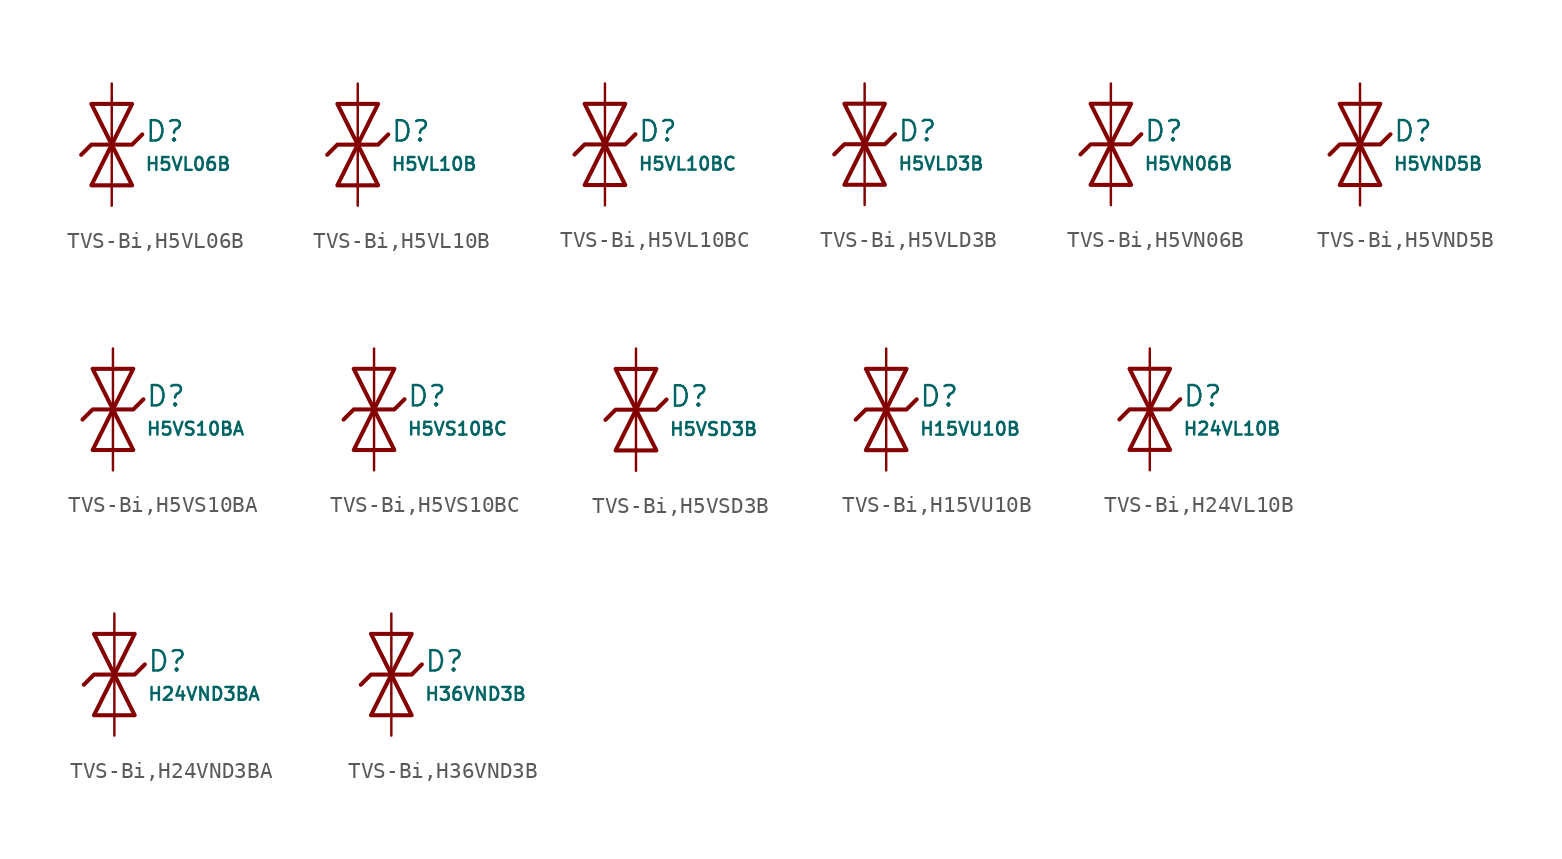
<source format=kicad_sym>
(kicad_symbol_lib
  (version 20231120)
  (generator "CDFER")
  (generator_version "8.0")
  (symbol "TVS-Bi,H5VL06B"
    (pin_numbers hide)
    (pin_names
      (offset 0))
    (property "Reference" "D"
      (at 2.032 0.834 0)
      (effects (font (size 1.27 1.27)) (justify left)))
    (property "Value" "H5VL06B"
      (at 2.032 -1.212 0)
      (effects (font (size 0.8 0.8)) (justify left)))
    (symbol "TVS-Bi,H5VL06B_0_1"
      (polyline (pts (xy -1.27 2.54) (xy 0 0) (xy 1.27 2.54) (xy -1.27 2.54)) (stroke (width 0.254) (type default)) (fill (type none))))
    (symbol "TVS-Bi,H5VL06B_0_1"
      (polyline (pts (xy 1.27 -2.54) (xy 0 0) (xy -1.27 -2.54) (xy 1.27 -2.54)) (stroke (width 0.254) (type default)) (fill (type none))))
    (symbol "TVS-Bi,H5VL06B_0_1"
      (polyline (pts (xy -1.905 -0.635) (xy -1.27 0) (xy 1.27 0) (xy 1.905 0.635)) (stroke (width 0.254) (type default)) (fill (type none))))
    (symbol "TVS-Bi,H5VL06B_1_1"
      (pin passive line (at 0 3.81 270) (length 3.81) (name "~" (effects (font (size 1.27 1.27)))) (number "2" (effects (font (size 1.27 1.27)))))
      (pin passive line (at 0 -3.81 90) (length 3.81) (name "~" (effects (font (size 1.27 1.27)))) (number "1" (effects (font (size 1.27 1.27)))))))
  (symbol "TVS-Bi,H5VL10B"
    (pin_numbers hide)
    (pin_names
      (offset 0))
    (property "Reference" "D"
      (at 2.032 0.834 0)
      (effects (font (size 1.27 1.27)) (justify left)))
    (property "Value" "H5VL10B"
      (at 2.032 -1.212 0)
      (effects (font (size 0.8 0.8)) (justify left)))
    (symbol "TVS-Bi,H5VL10B_0_1"
      (polyline (pts (xy -1.27 2.54) (xy 0 0) (xy 1.27 2.54) (xy -1.27 2.54)) (stroke (width 0.254) (type default)) (fill (type none))))
    (symbol "TVS-Bi,H5VL10B_0_1"
      (polyline (pts (xy 1.27 -2.54) (xy 0 0) (xy -1.27 -2.54) (xy 1.27 -2.54)) (stroke (width 0.254) (type default)) (fill (type none))))
    (symbol "TVS-Bi,H5VL10B_0_1"
      (polyline (pts (xy -1.905 -0.635) (xy -1.27 0) (xy 1.27 0) (xy 1.905 0.635)) (stroke (width 0.254) (type default)) (fill (type none))))
    (symbol "TVS-Bi,H5VL10B_1_1"
      (pin passive line (at 0 3.81 270) (length 3.81) (name "~" (effects (font (size 1.27 1.27)))) (number "2" (effects (font (size 1.27 1.27)))))
      (pin passive line (at 0 -3.81 90) (length 3.81) (name "~" (effects (font (size 1.27 1.27)))) (number "1" (effects (font (size 1.27 1.27)))))))
  (symbol "TVS-Bi,H5VL10BC"
    (pin_numbers hide)
    (pin_names
      (offset 0))
    (property "Reference" "D"
      (at 2.032 0.834 0)
      (effects (font (size 1.27 1.27)) (justify left)))
    (property "Value" "H5VL10BC"
      (at 2.032 -1.212 0)
      (effects (font (size 0.8 0.8)) (justify left)))
    (symbol "TVS-Bi,H5VL10BC_0_1"
      (polyline (pts (xy -1.27 2.54) (xy 0 0) (xy 1.27 2.54) (xy -1.27 2.54)) (stroke (width 0.254) (type default)) (fill (type none))))
    (symbol "TVS-Bi,H5VL10BC_0_1"
      (polyline (pts (xy 1.27 -2.54) (xy 0 0) (xy -1.27 -2.54) (xy 1.27 -2.54)) (stroke (width 0.254) (type default)) (fill (type none))))
    (symbol "TVS-Bi,H5VL10BC_0_1"
      (polyline (pts (xy -1.905 -0.635) (xy -1.27 0) (xy 1.27 0) (xy 1.905 0.635)) (stroke (width 0.254) (type default)) (fill (type none))))
    (symbol "TVS-Bi,H5VL10BC_1_1"
      (pin passive line (at 0 3.81 270) (length 3.81) (name "~" (effects (font (size 1.27 1.27)))) (number "2" (effects (font (size 1.27 1.27)))))
      (pin passive line (at 0 -3.81 90) (length 3.81) (name "~" (effects (font (size 1.27 1.27)))) (number "1" (effects (font (size 1.27 1.27)))))))
  (symbol "TVS-Bi,H5VLD3B"
    (pin_numbers hide)
    (pin_names
      (offset 0))
    (property "Reference" "D"
      (at 2.032 0.834 0)
      (effects (font (size 1.27 1.27)) (justify left)))
    (property "Value" "H5VLD3B"
      (at 2.032 -1.212 0)
      (effects (font (size 0.8 0.8)) (justify left)))
    (symbol "TVS-Bi,H5VLD3B_0_1"
      (polyline (pts (xy -1.27 2.54) (xy 0 0) (xy 1.27 2.54) (xy -1.27 2.54)) (stroke (width 0.254) (type default)) (fill (type none))))
    (symbol "TVS-Bi,H5VLD3B_0_1"
      (polyline (pts (xy 1.27 -2.54) (xy 0 0) (xy -1.27 -2.54) (xy 1.27 -2.54)) (stroke (width 0.254) (type default)) (fill (type none))))
    (symbol "TVS-Bi,H5VLD3B_0_1"
      (polyline (pts (xy -1.905 -0.635) (xy -1.27 0) (xy 1.27 0) (xy 1.905 0.635)) (stroke (width 0.254) (type default)) (fill (type none))))
    (symbol "TVS-Bi,H5VLD3B_1_1"
      (pin passive line (at 0 3.81 270) (length 3.81) (name "~" (effects (font (size 1.27 1.27)))) (number "2" (effects (font (size 1.27 1.27)))))
      (pin passive line (at 0 -3.81 90) (length 3.81) (name "~" (effects (font (size 1.27 1.27)))) (number "1" (effects (font (size 1.27 1.27)))))))
  (symbol "TVS-Bi,H5VN06B"
    (pin_numbers hide)
    (pin_names
      (offset 0))
    (property "Reference" "D"
      (at 2.032 0.834 0)
      (effects (font (size 1.27 1.27)) (justify left)))
    (property "Value" "H5VN06B"
      (at 2.032 -1.212 0)
      (effects (font (size 0.8 0.8)) (justify left)))
    (symbol "TVS-Bi,H5VN06B_0_1"
      (polyline (pts (xy -1.27 2.54) (xy 0 0) (xy 1.27 2.54) (xy -1.27 2.54)) (stroke (width 0.254) (type default)) (fill (type none))))
    (symbol "TVS-Bi,H5VN06B_0_1"
      (polyline (pts (xy 1.27 -2.54) (xy 0 0) (xy -1.27 -2.54) (xy 1.27 -2.54)) (stroke (width 0.254) (type default)) (fill (type none))))
    (symbol "TVS-Bi,H5VN06B_0_1"
      (polyline (pts (xy -1.905 -0.635) (xy -1.27 0) (xy 1.27 0) (xy 1.905 0.635)) (stroke (width 0.254) (type default)) (fill (type none))))
    (symbol "TVS-Bi,H5VN06B_1_1"
      (pin passive line (at 0 3.81 270) (length 3.81) (name "~" (effects (font (size 1.27 1.27)))) (number "2" (effects (font (size 1.27 1.27)))))
      (pin passive line (at 0 -3.81 90) (length 3.81) (name "~" (effects (font (size 1.27 1.27)))) (number "1" (effects (font (size 1.27 1.27)))))))
  (symbol "TVS-Bi,H5VND5B"
    (pin_numbers hide)
    (pin_names
      (offset 0))
    (property "Reference" "D"
      (at 2.032 0.834 0)
      (effects (font (size 1.27 1.27)) (justify left)))
    (property "Value" "H5VND5B"
      (at 2.032 -1.212 0)
      (effects (font (size 0.8 0.8)) (justify left)))
    (symbol "TVS-Bi,H5VND5B_0_1"
      (polyline (pts (xy -1.27 2.54) (xy 0 0) (xy 1.27 2.54) (xy -1.27 2.54)) (stroke (width 0.254) (type default)) (fill (type none))))
    (symbol "TVS-Bi,H5VND5B_0_1"
      (polyline (pts (xy 1.27 -2.54) (xy 0 0) (xy -1.27 -2.54) (xy 1.27 -2.54)) (stroke (width 0.254) (type default)) (fill (type none))))
    (symbol "TVS-Bi,H5VND5B_0_1"
      (polyline (pts (xy -1.905 -0.635) (xy -1.27 0) (xy 1.27 0) (xy 1.905 0.635)) (stroke (width 0.254) (type default)) (fill (type none))))
    (symbol "TVS-Bi,H5VND5B_1_1"
      (pin passive line (at 0 3.81 270) (length 3.81) (name "~" (effects (font (size 1.27 1.27)))) (number "2" (effects (font (size 1.27 1.27)))))
      (pin passive line (at 0 -3.81 90) (length 3.81) (name "~" (effects (font (size 1.27 1.27)))) (number "1" (effects (font (size 1.27 1.27)))))))
  (symbol "TVS-Bi,H5VS10BA"
    (pin_numbers hide)
    (pin_names
      (offset 0))
    (property "Reference" "D"
      (at 2.032 0.834 0)
      (effects (font (size 1.27 1.27)) (justify left)))
    (property "Value" "H5VS10BA"
      (at 2.032 -1.212 0)
      (effects (font (size 0.8 0.8)) (justify left)))
    (symbol "TVS-Bi,H5VS10BA_0_1"
      (polyline (pts (xy -1.27 2.54) (xy 0 0) (xy 1.27 2.54) (xy -1.27 2.54)) (stroke (width 0.254) (type default)) (fill (type none))))
    (symbol "TVS-Bi,H5VS10BA_0_1"
      (polyline (pts (xy 1.27 -2.54) (xy 0 0) (xy -1.27 -2.54) (xy 1.27 -2.54)) (stroke (width 0.254) (type default)) (fill (type none))))
    (symbol "TVS-Bi,H5VS10BA_0_1"
      (polyline (pts (xy -1.905 -0.635) (xy -1.27 0) (xy 1.27 0) (xy 1.905 0.635)) (stroke (width 0.254) (type default)) (fill (type none))))
    (symbol "TVS-Bi,H5VS10BA_1_1"
      (pin passive line (at 0 3.81 270) (length 3.81) (name "~" (effects (font (size 1.27 1.27)))) (number "2" (effects (font (size 1.27 1.27)))))
      (pin passive line (at 0 -3.81 90) (length 3.81) (name "~" (effects (font (size 1.27 1.27)))) (number "1" (effects (font (size 1.27 1.27)))))))
  (symbol "TVS-Bi,H5VS10BC"
    (pin_numbers hide)
    (pin_names
      (offset 0))
    (property "Reference" "D"
      (at 2.032 0.834 0)
      (effects (font (size 1.27 1.27)) (justify left)))
    (property "Value" "H5VS10BC"
      (at 2.032 -1.212 0)
      (effects (font (size 0.8 0.8)) (justify left)))
    (symbol "TVS-Bi,H5VS10BC_0_1"
      (polyline (pts (xy -1.27 2.54) (xy 0 0) (xy 1.27 2.54) (xy -1.27 2.54)) (stroke (width 0.254) (type default)) (fill (type none))))
    (symbol "TVS-Bi,H5VS10BC_0_1"
      (polyline (pts (xy 1.27 -2.54) (xy 0 0) (xy -1.27 -2.54) (xy 1.27 -2.54)) (stroke (width 0.254) (type default)) (fill (type none))))
    (symbol "TVS-Bi,H5VS10BC_0_1"
      (polyline (pts (xy -1.905 -0.635) (xy -1.27 0) (xy 1.27 0) (xy 1.905 0.635)) (stroke (width 0.254) (type default)) (fill (type none))))
    (symbol "TVS-Bi,H5VS10BC_1_1"
      (pin passive line (at 0 3.81 270) (length 3.81) (name "~" (effects (font (size 1.27 1.27)))) (number "2" (effects (font (size 1.27 1.27)))))
      (pin passive line (at 0 -3.81 90) (length 3.81) (name "~" (effects (font (size 1.27 1.27)))) (number "1" (effects (font (size 1.27 1.27)))))))
  (symbol "TVS-Bi,H5VSD3B"
    (pin_numbers hide)
    (pin_names
      (offset 0))
    (property "Reference" "D"
      (at 2.032 0.834 0)
      (effects (font (size 1.27 1.27)) (justify left)))
    (property "Value" "H5VSD3B"
      (at 2.032 -1.212 0)
      (effects (font (size 0.8 0.8)) (justify left)))
    (symbol "TVS-Bi,H5VSD3B_0_1"
      (polyline (pts (xy -1.27 2.54) (xy 0 0) (xy 1.27 2.54) (xy -1.27 2.54)) (stroke (width 0.254) (type default)) (fill (type none))))
    (symbol "TVS-Bi,H5VSD3B_0_1"
      (polyline (pts (xy 1.27 -2.54) (xy 0 0) (xy -1.27 -2.54) (xy 1.27 -2.54)) (stroke (width 0.254) (type default)) (fill (type none))))
    (symbol "TVS-Bi,H5VSD3B_0_1"
      (polyline (pts (xy -1.905 -0.635) (xy -1.27 0) (xy 1.27 0) (xy 1.905 0.635)) (stroke (width 0.254) (type default)) (fill (type none))))
    (symbol "TVS-Bi,H5VSD3B_1_1"
      (pin passive line (at 0 3.81 270) (length 3.81) (name "~" (effects (font (size 1.27 1.27)))) (number "2" (effects (font (size 1.27 1.27)))))
      (pin passive line (at 0 -3.81 90) (length 3.81) (name "~" (effects (font (size 1.27 1.27)))) (number "1" (effects (font (size 1.27 1.27)))))))
  (symbol "TVS-Bi,H15VU10B"
    (pin_numbers hide)
    (pin_names
      (offset 0))
    (property "Reference" "D"
      (at 2.032 0.834 0)
      (effects (font (size 1.27 1.27)) (justify left)))
    (property "Value" "H15VU10B"
      (at 2.032 -1.212 0)
      (effects (font (size 0.8 0.8)) (justify left)))
    (symbol "TVS-Bi,H15VU10B_0_1"
      (polyline (pts (xy -1.27 2.54) (xy 0 0) (xy 1.27 2.54) (xy -1.27 2.54)) (stroke (width 0.254) (type default)) (fill (type none))))
    (symbol "TVS-Bi,H15VU10B_0_1"
      (polyline (pts (xy 1.27 -2.54) (xy 0 0) (xy -1.27 -2.54) (xy 1.27 -2.54)) (stroke (width 0.254) (type default)) (fill (type none))))
    (symbol "TVS-Bi,H15VU10B_0_1"
      (polyline (pts (xy -1.905 -0.635) (xy -1.27 0) (xy 1.27 0) (xy 1.905 0.635)) (stroke (width 0.254) (type default)) (fill (type none))))
    (symbol "TVS-Bi,H15VU10B_1_1"
      (pin passive line (at 0 3.81 270) (length 3.81) (name "~" (effects (font (size 1.27 1.27)))) (number "2" (effects (font (size 1.27 1.27)))))
      (pin passive line (at 0 -3.81 90) (length 3.81) (name "~" (effects (font (size 1.27 1.27)))) (number "1" (effects (font (size 1.27 1.27)))))))
  (symbol "TVS-Bi,H24VL10B"
    (pin_numbers hide)
    (pin_names
      (offset 0))
    (property "Reference" "D"
      (at 2.032 0.834 0)
      (effects (font (size 1.27 1.27)) (justify left)))
    (property "Value" "H24VL10B"
      (at 2.032 -1.212 0)
      (effects (font (size 0.8 0.8)) (justify left)))
    (symbol "TVS-Bi,H24VL10B_0_1"
      (polyline (pts (xy -1.27 2.54) (xy 0 0) (xy 1.27 2.54) (xy -1.27 2.54)) (stroke (width 0.254) (type default)) (fill (type none))))
    (symbol "TVS-Bi,H24VL10B_0_1"
      (polyline (pts (xy 1.27 -2.54) (xy 0 0) (xy -1.27 -2.54) (xy 1.27 -2.54)) (stroke (width 0.254) (type default)) (fill (type none))))
    (symbol "TVS-Bi,H24VL10B_0_1"
      (polyline (pts (xy -1.905 -0.635) (xy -1.27 0) (xy 1.27 0) (xy 1.905 0.635)) (stroke (width 0.254) (type default)) (fill (type none))))
    (symbol "TVS-Bi,H24VL10B_1_1"
      (pin passive line (at 0 3.81 270) (length 3.81) (name "~" (effects (font (size 1.27 1.27)))) (number "2" (effects (font (size 1.27 1.27)))))
      (pin passive line (at 0 -3.81 90) (length 3.81) (name "~" (effects (font (size 1.27 1.27)))) (number "1" (effects (font (size 1.27 1.27)))))))
  (symbol "TVS-Bi,H24VND3BA"
    (pin_numbers hide)
    (pin_names
      (offset 0))
    (property "Reference" "D"
      (at 2.032 0.834 0)
      (effects (font (size 1.27 1.27)) (justify left)))
    (property "Value" "H24VND3BA"
      (at 2.032 -1.212 0)
      (effects (font (size 0.8 0.8)) (justify left)))
    (symbol "TVS-Bi,H24VND3BA_0_1"
      (polyline (pts (xy -1.27 2.54) (xy 0 0) (xy 1.27 2.54) (xy -1.27 2.54)) (stroke (width 0.254) (type default)) (fill (type none))))
    (symbol "TVS-Bi,H24VND3BA_0_1"
      (polyline (pts (xy 1.27 -2.54) (xy 0 0) (xy -1.27 -2.54) (xy 1.27 -2.54)) (stroke (width 0.254) (type default)) (fill (type none))))
    (symbol "TVS-Bi,H24VND3BA_0_1"
      (polyline (pts (xy -1.905 -0.635) (xy -1.27 0) (xy 1.27 0) (xy 1.905 0.635)) (stroke (width 0.254) (type default)) (fill (type none))))
    (symbol "TVS-Bi,H24VND3BA_1_1"
      (pin passive line (at 0 3.81 270) (length 3.81) (name "~" (effects (font (size 1.27 1.27)))) (number "2" (effects (font (size 1.27 1.27)))))
      (pin passive line (at 0 -3.81 90) (length 3.81) (name "~" (effects (font (size 1.27 1.27)))) (number "1" (effects (font (size 1.27 1.27)))))))
  (symbol "TVS-Bi,H36VND3B"
    (pin_numbers hide)
    (pin_names
      (offset 0))
    (property "Reference" "D"
      (at 2.032 0.834 0)
      (effects (font (size 1.27 1.27)) (justify left)))
    (property "Value" "H36VND3B"
      (at 2.032 -1.212 0)
      (effects (font (size 0.8 0.8)) (justify left)))
    (symbol "TVS-Bi,H36VND3B_0_1"
      (polyline (pts (xy -1.27 2.54) (xy 0 0) (xy 1.27 2.54) (xy -1.27 2.54)) (stroke (width 0.254) (type default)) (fill (type none))))
    (symbol "TVS-Bi,H36VND3B_0_1"
      (polyline (pts (xy 1.27 -2.54) (xy 0 0) (xy -1.27 -2.54) (xy 1.27 -2.54)) (stroke (width 0.254) (type default)) (fill (type none))))
    (symbol "TVS-Bi,H36VND3B_0_1"
      (polyline (pts (xy -1.905 -0.635) (xy -1.27 0) (xy 1.27 0) (xy 1.905 0.635)) (stroke (width 0.254) (type default)) (fill (type none))))
    (symbol "TVS-Bi,H36VND3B_1_1"
      (pin passive line (at 0 3.81 270) (length 3.81) (name "~" (effects (font (size 1.27 1.27)))) (number "2" (effects (font (size 1.27 1.27)))))
      (pin passive line (at 0 -3.81 90) (length 3.81) (name "~" (effects (font (size 1.27 1.27)))) (number "1" (effects (font (size 1.27 1.27))))))))
</source>
